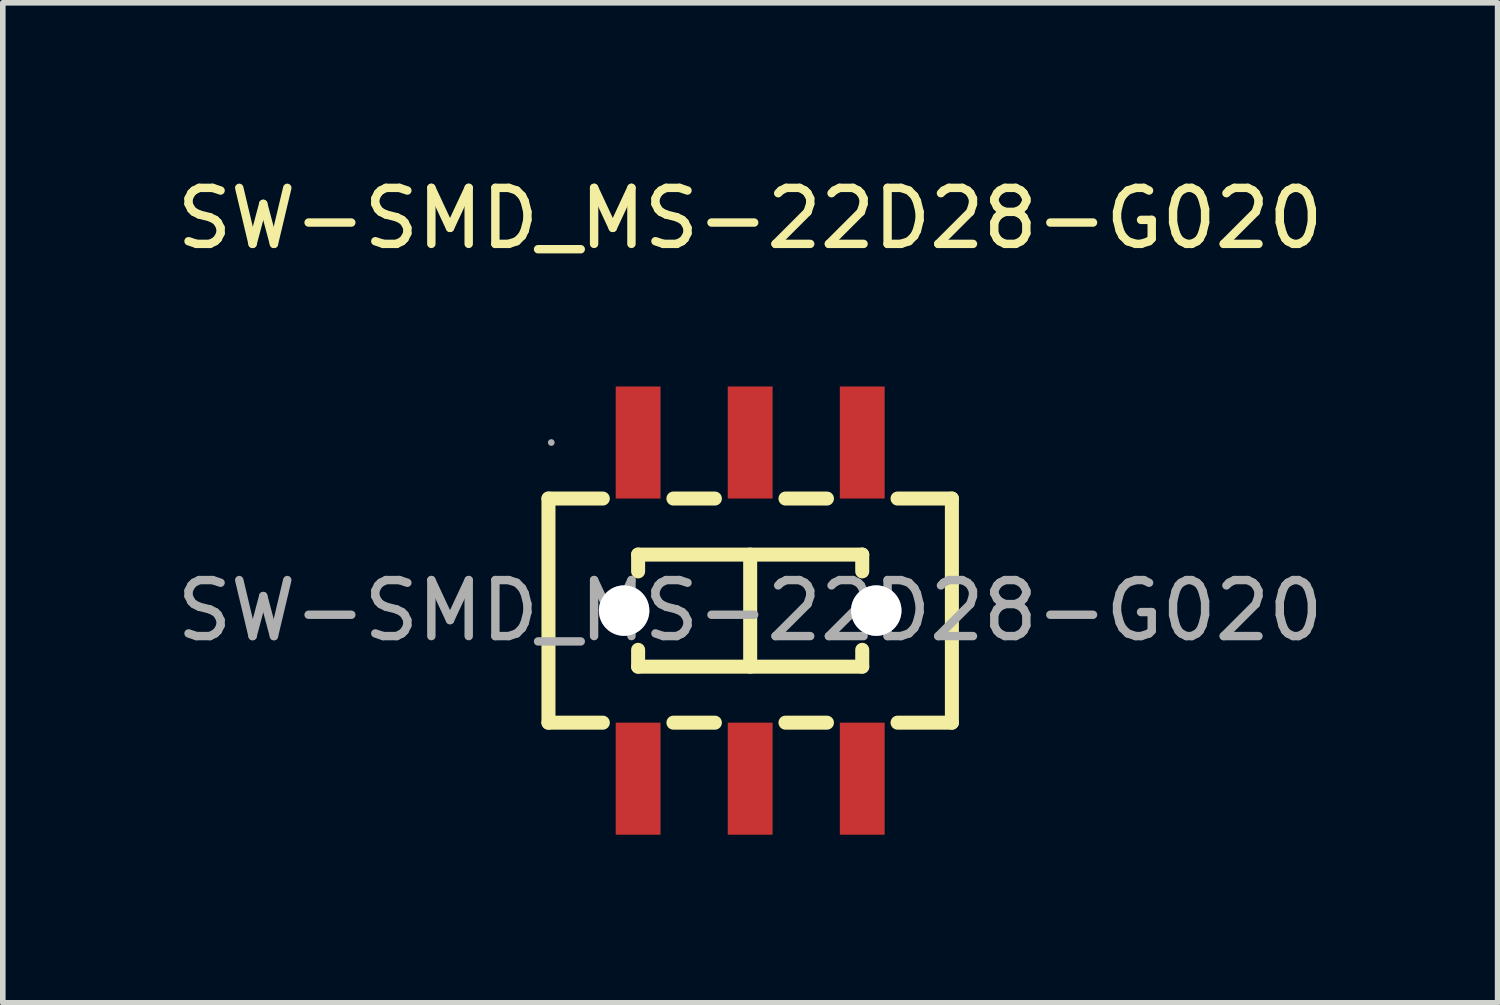
<source format=kicad_pcb>
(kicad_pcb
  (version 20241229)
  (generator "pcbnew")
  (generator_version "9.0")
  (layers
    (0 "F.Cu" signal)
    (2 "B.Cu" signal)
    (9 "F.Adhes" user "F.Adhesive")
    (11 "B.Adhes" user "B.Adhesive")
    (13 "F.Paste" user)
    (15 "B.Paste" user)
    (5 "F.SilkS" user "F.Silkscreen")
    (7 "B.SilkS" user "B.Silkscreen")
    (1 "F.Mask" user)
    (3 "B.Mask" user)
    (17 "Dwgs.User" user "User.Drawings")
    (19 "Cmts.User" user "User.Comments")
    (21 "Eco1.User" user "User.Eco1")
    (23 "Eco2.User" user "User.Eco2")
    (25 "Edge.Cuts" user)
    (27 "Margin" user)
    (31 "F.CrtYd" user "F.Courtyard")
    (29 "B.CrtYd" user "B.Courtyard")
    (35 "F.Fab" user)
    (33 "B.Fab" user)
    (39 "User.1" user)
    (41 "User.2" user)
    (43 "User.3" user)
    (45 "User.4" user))
  (footprint "SW-SMD_MS-22D28-G020"
    (layer "F.Cu")
    (at 10.339 7.848)
    (property "Reference" "SW-SMD_MS-22D28-G020" (at 0 -7 0) (layer "F.SilkS") (effects (font (size 1 1) (thickness 0.15))))
    (attr smd)
    (fp_line (start -3.6 -2) (end -3.6 2) (stroke (width 0.25) (type solid)) (layer "F.SilkS"))
    (fp_line (start -3.6 -2) (end -2.63 -2) (stroke (width 0.25) (type solid)) (layer "F.SilkS"))
    (fp_line (start -3.6 2) (end -2.63 2) (stroke (width 0.25) (type solid)) (layer "F.SilkS"))
    (fp_line (start -2 -1) (end 2 -1) (stroke (width 0.25) (type solid)) (layer "F.SilkS"))
    (fp_line (start -2 -0.7) (end -2 -1) (stroke (width 0.25) (type solid)) (layer "F.SilkS"))
    (fp_line (start -2 1) (end -2 0.7) (stroke (width 0.25) (type solid)) (layer "F.SilkS"))
    (fp_line (start -1.37 -2) (end -0.63 -2) (stroke (width 0.25) (type solid)) (layer "F.SilkS"))
    (fp_line (start -1.37 2) (end -0.63 2) (stroke (width 0.25) (type solid)) (layer "F.SilkS"))
    (fp_line (start 0 -1) (end 0 1) (stroke (width 0.25) (type solid)) (layer "F.SilkS"))
    (fp_line (start 0.63 -2) (end 1.37 -2) (stroke (width 0.25) (type solid)) (layer "F.SilkS"))
    (fp_line (start 0.63 2) (end 1.37 2) (stroke (width 0.25) (type solid)) (layer "F.SilkS"))
    (fp_line (start 2 -1) (end 2 -0.7) (stroke (width 0.25) (type solid)) (layer "F.SilkS"))
    (fp_line (start 2 0.7) (end 2 1) (stroke (width 0.25) (type solid)) (layer "F.SilkS"))
    (fp_line (start 2 1) (end -2 1) (stroke (width 0.25) (type solid)) (layer "F.SilkS"))
    (fp_line (start 2.63 -2) (end 3.6 -2) (stroke (width 0.25) (type solid)) (layer "F.SilkS"))
    (fp_line (start 2.63 2) (end 3.6 2) (stroke (width 0.25) (type solid)) (layer "F.SilkS"))
    (fp_line (start 3.6 -2) (end 3.6 2) (stroke (width 0.25) (type solid)) (layer "F.SilkS"))
    (fp_circle (center -2.25 0) (end -2.07 0) (stroke (width 0.35) (type solid)) (fill no) (layer "Cmts.User"))
    (fp_circle (center 2.25 0) (end 2.43 0) (stroke (width 0.35) (type solid)) (fill no) (layer "Cmts.User"))
    (fp_circle (center -3.55 -3) (end -3.52 -3) (stroke (width 0.06) (type solid)) (fill no) (layer "F.Fab"))
    (fp_text user "${REFERENCE}" (at 0 0 0) (layer "F.Fab") (effects (font (size 1 1) (thickness 0.15))))
    (pad "" thru_hole circle (at -2.25 0) (size 0.9 0.9) (drill 0.9) (layers "*.Cu" "*.Mask"))
    (pad "" thru_hole circle (at 2.25 0) (size 0.9 0.9) (drill 0.9) (layers "*.Cu" "*.Mask"))
    (pad "1" smd rect (at -2 -3 90) (size 2 0.8) (layers "F.Cu" "F.Mask" "F.Paste"))
    (pad "2" smd rect (at 0 -3 90) (size 2 0.8) (layers "F.Cu" "F.Mask" "F.Paste"))
    (pad "3" smd rect (at 2 -3 90) (size 2 0.8) (layers "F.Cu" "F.Mask" "F.Paste"))
    (pad "4" smd rect (at -2 3 90) (size 2 0.8) (layers "F.Cu" "F.Mask" "F.Paste"))
    (pad "5" smd rect (at 0 3 90) (size 2 0.8) (layers "F.Cu" "F.Mask" "F.Paste"))
    (pad "6" smd rect (at 2 3 90) (size 2 0.8) (layers "F.Cu" "F.Mask" "F.Paste")))
  (gr_rect
    (start -3 -3)
    (end 23.679 14.848)
    (stroke (width 0.1) (type default))
    (fill no)
    (layer "Edge.Cuts")))
</source>
